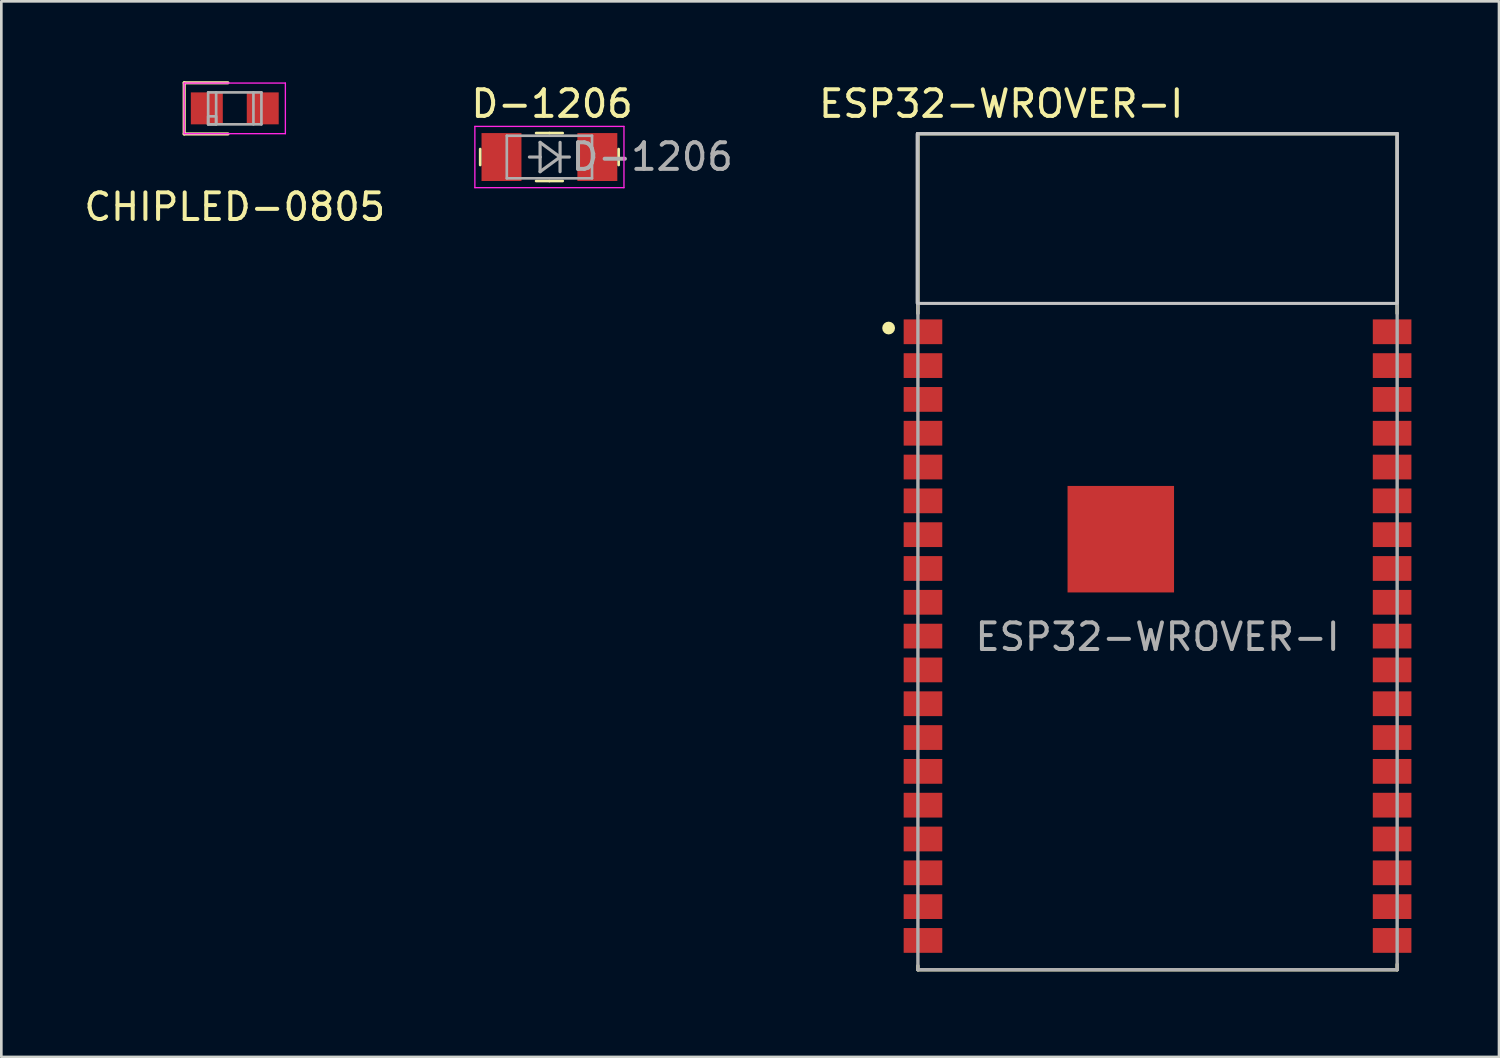
<source format=kicad_pcb>
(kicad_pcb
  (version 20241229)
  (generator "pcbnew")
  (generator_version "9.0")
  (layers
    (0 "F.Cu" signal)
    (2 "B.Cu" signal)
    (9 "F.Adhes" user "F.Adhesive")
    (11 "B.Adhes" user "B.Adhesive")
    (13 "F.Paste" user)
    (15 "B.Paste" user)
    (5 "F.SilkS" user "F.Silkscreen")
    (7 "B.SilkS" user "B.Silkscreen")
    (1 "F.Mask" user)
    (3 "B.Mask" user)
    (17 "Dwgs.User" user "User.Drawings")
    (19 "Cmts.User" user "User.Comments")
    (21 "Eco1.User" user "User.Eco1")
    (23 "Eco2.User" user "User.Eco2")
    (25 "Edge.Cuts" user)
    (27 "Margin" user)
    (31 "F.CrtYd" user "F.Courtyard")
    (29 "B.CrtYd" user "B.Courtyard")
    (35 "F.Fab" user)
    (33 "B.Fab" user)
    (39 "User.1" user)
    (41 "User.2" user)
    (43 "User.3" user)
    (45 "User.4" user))
  (footprint "D-1206"
    (layer "F.Cu")
    (at 17.585 2.848)
    (property "Reference" "D-1206" (at 0.1 -2 0) (layer "F.SilkS") (effects (font (size 1 1) (thickness 0.15))))
    (attr smd)
    (fp_line (start -2.6 -0.3) (end -2.6 0.3) (stroke (width 0.1) (type solid)) (layer "F.SilkS"))
    (fp_line (start 0 -0.9) (end -0.5 -0.9) (stroke (width 0.1) (type solid)) (layer "F.SilkS"))
    (fp_line (start 0 -0.9) (end 0.5 -0.9) (stroke (width 0.1) (type solid)) (layer "F.SilkS"))
    (fp_line (start 0 0.9) (end -0.5 0.9) (stroke (width 0.1) (type solid)) (layer "F.SilkS"))
    (fp_line (start 0 0.9) (end 0.5 0.9) (stroke (width 0.1) (type solid)) (layer "F.SilkS"))
    (fp_line (start 2.6 -0.3) (end 2.6 0.3) (stroke (width 0.1) (type solid)) (layer "F.SilkS"))
    (fp_line (start -2.8 -1.15) (end -2.8 1.15) (stroke (width 0.05) (type solid)) (layer "F.CrtYd"))
    (fp_line (start -2.8 1.15) (end 2.8 1.15) (stroke (width 0.05) (type solid)) (layer "F.CrtYd"))
    (fp_line (start 2.8 -1.15) (end -2.8 -1.15) (stroke (width 0.05) (type solid)) (layer "F.CrtYd"))
    (fp_line (start 2.8 1.15) (end 2.8 -1.15) (stroke (width 0.05) (type solid)) (layer "F.CrtYd"))
    (fp_line (start -1.6 -0.8) (end -1.6 0.8) (stroke (width 0.1) (type solid)) (layer "F.Fab"))
    (fp_line (start -1.6 -0.8) (end 1.6 -0.8) (stroke (width 0.1) (type solid)) (layer "F.Fab"))
    (fp_line (start -1.6 0.8) (end 1.6 0.8) (stroke (width 0.1) (type solid)) (layer "F.Fab"))
    (fp_line (start -0.75 0) (end -0.35 0) (stroke (width 0.12) (type solid)) (layer "F.Fab"))
    (fp_line (start -0.35 -0.55) (end 0.4 0) (stroke (width 0.12) (type solid)) (layer "F.Fab"))
    (fp_line (start -0.35 0) (end -0.35 -0.55) (stroke (width 0.12) (type solid)) (layer "F.Fab"))
    (fp_line (start -0.35 0.55) (end -0.35 0) (stroke (width 0.12) (type solid)) (layer "F.Fab"))
    (fp_line (start 0.4 0) (end -0.35 0.55) (stroke (width 0.12) (type solid)) (layer "F.Fab"))
    (fp_line (start 0.4 0) (end 0.4 -0.55) (stroke (width 0.12) (type solid)) (layer "F.Fab"))
    (fp_line (start 0.4 0) (end 0.75 0) (stroke (width 0.12) (type solid)) (layer "F.Fab"))
    (fp_line (start 0.4 0.55) (end 0.4 0) (stroke (width 0.12) (type solid)) (layer "F.Fab"))
    (fp_line (start 1.6 -0.8) (end 1.6 0.8) (stroke (width 0.1) (type solid)) (layer "F.Fab"))
    (fp_text user "${REFERENCE}" (at 3.86 -0.01 0) (layer "F.Fab") (effects (font (size 1 1) (thickness 0.15))))
    (pad "1" smd rect (at -1.8 0) (size 1.5 1.8) (layers "F.Cu" "F.Mask" "F.Paste"))
    (pad "2" smd rect (at 1.8 0) (size 1.5 1.8) (layers "F.Cu" "F.Mask" "F.Paste")))
  (footprint "ESP32-WROVER-I"
    (layer "F.Cu")
    (at 40.425 17.671)
    (property "Reference" "ESP32-WROVER-I" (at -5.873 -16.823 0) (layer "F.SilkS") (effects (font (size 1 1) (thickness 0.15))))
    (attr smd)
    (fp_line (start -9 -15.7) (end 9 -15.7) (stroke (width 0.127) (type solid)) (layer "F.SilkS"))
    (fp_line (start -9 -8.95) (end -9 -15.7) (stroke (width 0.127) (type solid)) (layer "F.SilkS"))
    (fp_line (start -9 15.55) (end -9 15.7) (stroke (width 0.127) (type solid)) (layer "F.SilkS"))
    (fp_line (start -9 15.7) (end 9 15.7) (stroke (width 0.127) (type solid)) (layer "F.SilkS"))
    (fp_line (start 9 -15.7) (end 9 -8.95) (stroke (width 0.127) (type solid)) (layer "F.SilkS"))
    (fp_line (start 9 15.7) (end 9 15.5) (stroke (width 0.127) (type solid)) (layer "F.SilkS"))
    (fp_circle (center -10.1 -8.4) (end -9.98 -8.4) (stroke (width 0.24) (type solid)) (fill no) (layer "F.SilkS"))
    (fp_poly (pts (xy -9.03 -15.7) (xy 9 -15.7) (xy 9 -9.331) (xy -9.03 -9.331)) (stroke (width 0.1) (type solid)) (fill no) (layer "Dwgs.User"))
    (fp_poly (pts (xy -9.029 -15.7) (xy 9 -15.7) (xy 9 -9.33) (xy -9.029 -9.33)) (stroke (width 0.1) (type solid)) (fill no) (layer "Dwgs.User"))
    (fp_line (start -9.8 -15.95) (end 9.8 -15.95) (stroke (width 0.05) (type solid)) (layer "Eco1.User"))
    (fp_line (start -9.8 15.95) (end -9.8 -15.95) (stroke (width 0.05) (type solid)) (layer "Eco1.User"))
    (fp_line (start 9.8 -15.95) (end 9.8 15.95) (stroke (width 0.05) (type solid)) (layer "Eco1.User"))
    (fp_line (start 9.8 15.95) (end -9.8 15.95) (stroke (width 0.05) (type solid)) (layer "Eco1.User"))
    (fp_line (start -9 -15.7) (end 9 -15.7) (stroke (width 0.127) (type solid)) (layer "F.Fab"))
    (fp_line (start -9 15.7) (end -9 -15.7) (stroke (width 0.127) (type solid)) (layer "F.Fab"))
    (fp_line (start 9 -15.7) (end 9 15.7) (stroke (width 0.127) (type solid)) (layer "F.Fab"))
    (fp_line (start 9 15.7) (end -9 15.7) (stroke (width 0.127) (type solid)) (layer "F.Fab"))
    (fp_poly (pts (xy -9.023 -15.7) (xy 9 -15.7) (xy 9 -9.324) (xy -9.023 -9.324)) (stroke (width 0.1) (type solid)) (fill no) (layer "F.Fab"))
    (fp_text user "${REFERENCE}" (at 0 3.2 0) (layer "F.Fab") (effects (font (size 1 1) (thickness 0.15))))
    (pad "1" smd rect (at -8.81 -8.26) (size 1.45 0.93) (layers "F.Cu" "F.Mask" "F.Paste"))
    (pad "2" smd rect (at -8.81 -6.99) (size 1.45 0.93) (layers "F.Cu" "F.Mask" "F.Paste"))
    (pad "3" smd rect (at -8.81 -5.72) (size 1.45 0.93) (layers "F.Cu" "F.Mask" "F.Paste"))
    (pad "4" smd rect (at -8.81 -4.45) (size 1.45 0.93) (layers "F.Cu" "F.Mask" "F.Paste"))
    (pad "5" smd rect (at -8.81 -3.18) (size 1.45 0.93) (layers "F.Cu" "F.Mask" "F.Paste"))
    (pad "6" smd rect (at -8.81 -1.91) (size 1.45 0.93) (layers "F.Cu" "F.Mask" "F.Paste"))
    (pad "7" smd rect (at -8.81 -0.64) (size 1.45 0.93) (layers "F.Cu" "F.Mask" "F.Paste"))
    (pad "8" smd rect (at -8.81 0.63) (size 1.45 0.93) (layers "F.Cu" "F.Mask" "F.Paste"))
    (pad "9" smd rect (at -8.81 1.9) (size 1.45 0.93) (layers "F.Cu" "F.Mask" "F.Paste"))
    (pad "10" smd rect (at -8.81 3.17) (size 1.45 0.93) (layers "F.Cu" "F.Mask" "F.Paste"))
    (pad "11" smd rect (at -8.81 4.44) (size 1.45 0.93) (layers "F.Cu" "F.Mask" "F.Paste"))
    (pad "12" smd rect (at -8.81 5.71) (size 1.45 0.93) (layers "F.Cu" "F.Mask" "F.Paste"))
    (pad "13" smd rect (at -8.81 6.98) (size 1.45 0.93) (layers "F.Cu" "F.Mask" "F.Paste"))
    (pad "14" smd rect (at -8.81 8.25) (size 1.45 0.93) (layers "F.Cu" "F.Mask" "F.Paste"))
    (pad "15" smd rect (at -8.81 9.52) (size 1.45 0.93) (layers "F.Cu" "F.Mask" "F.Paste"))
    (pad "16" smd rect (at -8.81 10.79) (size 1.45 0.93) (layers "F.Cu" "F.Mask" "F.Paste"))
    (pad "17" smd rect (at -8.81 12.06) (size 1.45 0.93) (layers "F.Cu" "F.Mask" "F.Paste"))
    (pad "18" smd rect (at -8.81 13.33) (size 1.45 0.93) (layers "F.Cu" "F.Mask" "F.Paste"))
    (pad "19" smd rect (at -8.81 14.6) (size 1.45 0.93) (layers "F.Cu" "F.Mask" "F.Paste"))
    (pad "20" smd rect (at 8.81 14.6 180) (size 1.45 0.93) (layers "F.Cu" "F.Mask" "F.Paste"))
    (pad "21" smd rect (at 8.81 13.33 180) (size 1.45 0.93) (layers "F.Cu" "F.Mask" "F.Paste"))
    (pad "22" smd rect (at 8.81 12.06 180) (size 1.45 0.93) (layers "F.Cu" "F.Mask" "F.Paste"))
    (pad "23" smd rect (at 8.81 10.79 180) (size 1.45 0.93) (layers "F.Cu" "F.Mask" "F.Paste"))
    (pad "24" smd rect (at 8.81 9.52 180) (size 1.45 0.93) (layers "F.Cu" "F.Mask" "F.Paste"))
    (pad "25" smd rect (at 8.81 8.25 180) (size 1.45 0.93) (layers "F.Cu" "F.Mask" "F.Paste"))
    (pad "26" smd rect (at 8.81 6.98 180) (size 1.45 0.93) (layers "F.Cu" "F.Mask" "F.Paste"))
    (pad "27" smd rect (at 8.81 5.71 180) (size 1.45 0.93) (layers "F.Cu" "F.Mask" "F.Paste"))
    (pad "28" smd rect (at 8.81 4.44 180) (size 1.45 0.93) (layers "F.Cu" "F.Mask" "F.Paste"))
    (pad "29" smd rect (at 8.81 3.17 180) (size 1.45 0.93) (layers "F.Cu" "F.Mask" "F.Paste"))
    (pad "30" smd rect (at 8.81 1.9 180) (size 1.45 0.93) (layers "F.Cu" "F.Mask" "F.Paste"))
    (pad "31" smd rect (at 8.81 0.63 180) (size 1.45 0.93) (layers "F.Cu" "F.Mask" "F.Paste"))
    (pad "32" smd rect (at 8.81 -0.64 180) (size 1.45 0.93) (layers "F.Cu" "F.Mask" "F.Paste"))
    (pad "33" smd rect (at 8.81 -1.91 180) (size 1.45 0.93) (layers "F.Cu" "F.Mask" "F.Paste"))
    (pad "34" smd rect (at 8.81 -3.18 180) (size 1.45 0.93) (layers "F.Cu" "F.Mask" "F.Paste"))
    (pad "35" smd rect (at 8.81 -4.45 180) (size 1.45 0.93) (layers "F.Cu" "F.Mask" "F.Paste"))
    (pad "36" smd rect (at 8.81 -5.72 180) (size 1.45 0.93) (layers "F.Cu" "F.Mask" "F.Paste"))
    (pad "37" smd rect (at 8.81 -6.99 180) (size 1.45 0.93) (layers "F.Cu" "F.Mask" "F.Paste"))
    (pad "38" smd rect (at 8.81 -8.26 180) (size 1.45 0.93) (layers "F.Cu" "F.Mask" "F.Paste"))
    (pad "39" smd rect (at -1.38 -0.47) (size 4 4) (layers "F.Cu")))
  (footprint "CHIPLED-0805"
    (layer "F.Cu")
    (at 5.768 1.02)
    (property "Reference" "CHIPLED-0805" (at 0 3.7 0) (unlocked yes) (layer "F.SilkS") (effects (font (size 1 1) (thickness 0.15))))
    (fp_line (start -1.9 -0.96) (end -1.9 0.96) (stroke (width 0.12) (type solid)) (layer "F.SilkS"))
    (fp_line (start -1.9 0.96) (end -0.258 0.96) (stroke (width 0.12) (type solid)) (layer "F.SilkS"))
    (fp_line (start -0.258 -0.96) (end -1.9 -0.96) (stroke (width 0.12) (type solid)) (layer "F.SilkS"))
    (fp_line (start -1.9 -0.95) (end 1.9 -0.95) (stroke (width 0.05) (type solid)) (layer "F.CrtYd"))
    (fp_line (start -1.9 0.95) (end -1.9 -0.95) (stroke (width 0.05) (type solid)) (layer "F.CrtYd"))
    (fp_line (start 1.9 -0.95) (end 1.9 0.95) (stroke (width 0.05) (type solid)) (layer "F.CrtYd"))
    (fp_line (start 1.9 0.95) (end -1.9 0.95) (stroke (width 0.05) (type solid)) (layer "F.CrtYd"))
    (fp_line (start -1 -0.6) (end 1 -0.6) (stroke (width 0.1) (type solid)) (layer "F.Fab"))
    (fp_line (start -1 0.6) (end -1 -0.6) (stroke (width 0.1) (type solid)) (layer "F.Fab"))
    (fp_line (start -0.7 -0.6) (end -0.7 0.6) (stroke (width 0.1) (type solid)) (layer "F.Fab"))
    (fp_line (start 0.7 -0.6) (end 0.7 0.6) (stroke (width 0.1) (type solid)) (layer "F.Fab"))
    (fp_line (start 1 -0.6) (end 1 0.6) (stroke (width 0.1) (type solid)) (layer "F.Fab"))
    (fp_line (start 1 0.6) (end -1 0.6) (stroke (width 0.1) (type solid)) (layer "F.Fab"))
    (fp_rect (start -1 0.3) (end -0.7 0.6) (stroke (width 0.1) (type solid)) (fill no) (layer "F.Fab"))
    (pad "1" smd rect (at -1.05 0) (size 1.2 1.2) (layers "F.Cu" "F.Mask" "F.Paste"))
    (pad "2" smd rect (at 1.05 0) (size 1.2 1.2) (layers "F.Cu" "F.Mask" "F.Paste")))
  (gr_rect
    (start -3 -3)
    (end 53.25 36.646)
    (stroke (width 0.1) (type default))
    (fill no)
    (layer "Edge.Cuts")))
</source>
